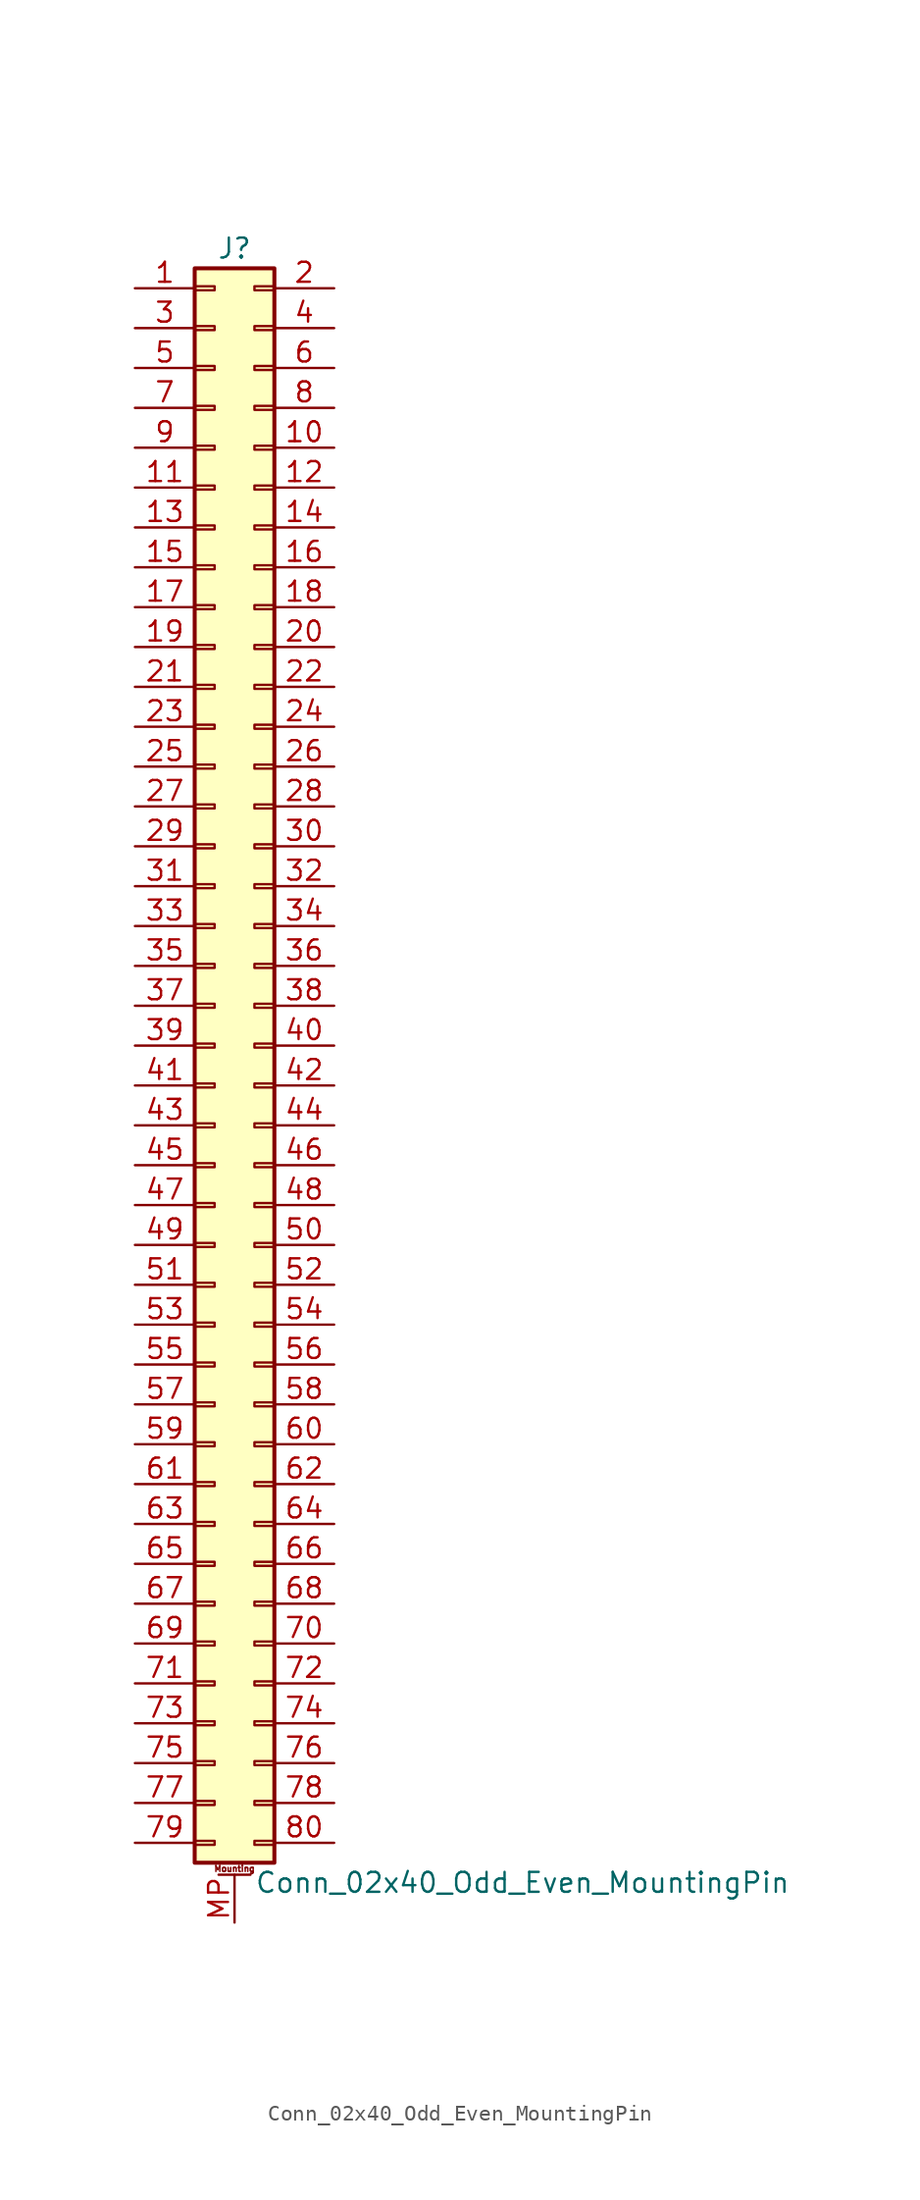
<source format=kicad_sym>
(kicad_symbol_lib
  (version 20201005)
  (generator kicad_symbol_editor)
  (symbol "Connector_Generic_MountingPin:Conn_02x40_Odd_Even_MountingPin"
    (pin_names
      (offset 1.016) hide)
    (property "Reference" "J"
      (at 1.27 50.8 0)
      (effects (font (size 1.27 1.27))))
    (property "Value" "Conn_02x40_Odd_Even_MountingPin"
      (at 2.54 -53.34 0)
      (effects (font (size 1.27 1.27)) (justify left)))
    (symbol "Conn_02x40_Odd_Even_MountingPin_1_1"
      (text "Mounting" (at 1.27 -52.451 0) (effects (font (size 0.381 0.381))))
      (rectangle (start -1.27 -27.813) (end 0 -28.067) (stroke (width 0.152)) (fill (type none)))
      (rectangle (start -1.27 -30.353) (end 0 -30.607) (stroke (width 0.152)) (fill (type none)))
      (rectangle (start -1.27 -32.893) (end 0 -33.147) (stroke (width 0.152)) (fill (type none)))
      (rectangle (start -1.27 -35.433) (end 0 -35.687) (stroke (width 0.152)) (fill (type none)))
      (rectangle (start -1.27 -37.973) (end 0 -38.227) (stroke (width 0.152)) (fill (type none)))
      (rectangle (start -1.27 -40.513) (end 0 -40.767) (stroke (width 0.152)) (fill (type none)))
      (rectangle (start -1.27 -43.053) (end 0 -43.307) (stroke (width 0.152)) (fill (type none)))
      (rectangle (start -1.27 -45.593) (end 0 -45.847) (stroke (width 0.152)) (fill (type none)))
      (rectangle (start -1.27 -48.133) (end 0 -48.387) (stroke (width 0.152)) (fill (type none)))
      (rectangle (start -1.27 -4.953) (end 0 -5.207) (stroke (width 0.152)) (fill (type none)))
      (rectangle (start -1.27 -50.673) (end 0 -50.927) (stroke (width 0.152)) (fill (type none)))
      (rectangle (start -1.27 -7.493) (end 0 -7.747) (stroke (width 0.152)) (fill (type none)))
      (rectangle (start -1.27 -10.033) (end 0 -10.287) (stroke (width 0.152)) (fill (type none)))
      (rectangle (start -1.27 -12.573) (end 0 -12.827) (stroke (width 0.152)) (fill (type none)))
      (rectangle (start -1.27 -15.113) (end 0 -15.367) (stroke (width 0.152)) (fill (type none)))
      (rectangle (start -1.27 -17.653) (end 0 -17.907) (stroke (width 0.152)) (fill (type none)))
      (rectangle (start -1.27 -20.193) (end 0 -20.447) (stroke (width 0.152)) (fill (type none)))
      (rectangle (start -1.27 -22.733) (end 0 -22.987) (stroke (width 0.152)) (fill (type none)))
      (rectangle (start -1.27 -2.413) (end 0 -2.667) (stroke (width 0.152)) (fill (type none)))
      (rectangle (start -1.27 -25.273) (end 0 -25.527) (stroke (width 0.152)) (fill (type none)))
      (rectangle (start -1.27 25.527) (end 0 25.273) (stroke (width 0.152)) (fill (type none)))
      (rectangle (start -1.27 2.667) (end 0 2.413) (stroke (width 0.152)) (fill (type none)))
      (rectangle (start -1.27 28.067) (end 0 27.813) (stroke (width 0.152)) (fill (type none)))
      (rectangle (start -1.27 30.607) (end 0 30.353) (stroke (width 0.152)) (fill (type none)))
      (rectangle (start -1.27 33.147) (end 0 32.893) (stroke (width 0.152)) (fill (type none)))
      (rectangle (start -1.27 35.687) (end 0 35.433) (stroke (width 0.152)) (fill (type none)))
      (rectangle (start -1.27 38.227) (end 0 37.973) (stroke (width 0.152)) (fill (type none)))
      (rectangle (start -1.27 40.767) (end 0 40.513) (stroke (width 0.152)) (fill (type none)))
      (rectangle (start -1.27 43.307) (end 0 43.053) (stroke (width 0.152)) (fill (type none)))
      (rectangle (start -1.27 45.847) (end 0 45.593) (stroke (width 0.152)) (fill (type none)))
      (rectangle (start -1.27 48.387) (end 0 48.133) (stroke (width 0.152)) (fill (type none)))
      (rectangle (start -1.27 49.53) (end 3.81 -52.07) (stroke (width 0.254)) (fill (type background)))
      (rectangle (start -1.27 5.207) (end 0 4.953) (stroke (width 0.152)) (fill (type none)))
      (rectangle (start -1.27 7.747) (end 0 7.493) (stroke (width 0.152)) (fill (type none)))
      (rectangle (start -1.27 10.287) (end 0 10.033) (stroke (width 0.152)) (fill (type none)))
      (rectangle (start -1.27 0.127) (end 0 -0.127) (stroke (width 0.152)) (fill (type none)))
      (rectangle (start -1.27 12.827) (end 0 12.573) (stroke (width 0.152)) (fill (type none)))
      (rectangle (start -1.27 15.367) (end 0 15.113) (stroke (width 0.152)) (fill (type none)))
      (rectangle (start -1.27 17.907) (end 0 17.653) (stroke (width 0.152)) (fill (type none)))
      (rectangle (start -1.27 20.447) (end 0 20.193) (stroke (width 0.152)) (fill (type none)))
      (rectangle (start -1.27 22.987) (end 0 22.733) (stroke (width 0.152)) (fill (type none)))
      (rectangle (start 3.81 -27.813) (end 2.54 -28.067) (stroke (width 0.152)) (fill (type none)))
      (rectangle (start 3.81 -30.353) (end 2.54 -30.607) (stroke (width 0.152)) (fill (type none)))
      (rectangle (start 3.81 -32.893) (end 2.54 -33.147) (stroke (width 0.152)) (fill (type none)))
      (rectangle (start 3.81 -35.433) (end 2.54 -35.687) (stroke (width 0.152)) (fill (type none)))
      (rectangle (start 3.81 -37.973) (end 2.54 -38.227) (stroke (width 0.152)) (fill (type none)))
      (rectangle (start 3.81 -40.513) (end 2.54 -40.767) (stroke (width 0.152)) (fill (type none)))
      (rectangle (start 3.81 -43.053) (end 2.54 -43.307) (stroke (width 0.152)) (fill (type none)))
      (rectangle (start 3.81 -45.593) (end 2.54 -45.847) (stroke (width 0.152)) (fill (type none)))
      (rectangle (start 3.81 -48.133) (end 2.54 -48.387) (stroke (width 0.152)) (fill (type none)))
      (rectangle (start 3.81 -4.953) (end 2.54 -5.207) (stroke (width 0.152)) (fill (type none)))
      (rectangle (start 3.81 -50.673) (end 2.54 -50.927) (stroke (width 0.152)) (fill (type none)))
      (rectangle (start 3.81 -7.493) (end 2.54 -7.747) (stroke (width 0.152)) (fill (type none)))
      (rectangle (start 3.81 -10.033) (end 2.54 -10.287) (stroke (width 0.152)) (fill (type none)))
      (rectangle (start 3.81 -12.573) (end 2.54 -12.827) (stroke (width 0.152)) (fill (type none)))
      (rectangle (start 3.81 -15.113) (end 2.54 -15.367) (stroke (width 0.152)) (fill (type none)))
      (rectangle (start 3.81 -17.653) (end 2.54 -17.907) (stroke (width 0.152)) (fill (type none)))
      (rectangle (start 3.81 -20.193) (end 2.54 -20.447) (stroke (width 0.152)) (fill (type none)))
      (rectangle (start 3.81 -22.733) (end 2.54 -22.987) (stroke (width 0.152)) (fill (type none)))
      (rectangle (start 3.81 -2.413) (end 2.54 -2.667) (stroke (width 0.152)) (fill (type none)))
      (rectangle (start 3.81 -25.273) (end 2.54 -25.527) (stroke (width 0.152)) (fill (type none)))
      (rectangle (start 3.81 25.527) (end 2.54 25.273) (stroke (width 0.152)) (fill (type none)))
      (rectangle (start 3.81 2.667) (end 2.54 2.413) (stroke (width 0.152)) (fill (type none)))
      (rectangle (start 3.81 28.067) (end 2.54 27.813) (stroke (width 0.152)) (fill (type none)))
      (rectangle (start 3.81 30.607) (end 2.54 30.353) (stroke (width 0.152)) (fill (type none)))
      (rectangle (start 3.81 33.147) (end 2.54 32.893) (stroke (width 0.152)) (fill (type none)))
      (rectangle (start 3.81 35.687) (end 2.54 35.433) (stroke (width 0.152)) (fill (type none)))
      (rectangle (start 3.81 38.227) (end 2.54 37.973) (stroke (width 0.152)) (fill (type none)))
      (rectangle (start 3.81 40.767) (end 2.54 40.513) (stroke (width 0.152)) (fill (type none)))
      (rectangle (start 3.81 43.307) (end 2.54 43.053) (stroke (width 0.152)) (fill (type none)))
      (rectangle (start 3.81 45.847) (end 2.54 45.593) (stroke (width 0.152)) (fill (type none)))
      (rectangle (start 3.81 48.387) (end 2.54 48.133) (stroke (width 0.152)) (fill (type none)))
      (rectangle (start 3.81 5.207) (end 2.54 4.953) (stroke (width 0.152)) (fill (type none)))
      (rectangle (start 3.81 7.747) (end 2.54 7.493) (stroke (width 0.152)) (fill (type none)))
      (rectangle (start 3.81 10.287) (end 2.54 10.033) (stroke (width 0.152)) (fill (type none)))
      (rectangle (start 3.81 0.127) (end 2.54 -0.127) (stroke (width 0.152)) (fill (type none)))
      (rectangle (start 3.81 12.827) (end 2.54 12.573) (stroke (width 0.152)) (fill (type none)))
      (rectangle (start 3.81 15.367) (end 2.54 15.113) (stroke (width 0.152)) (fill (type none)))
      (rectangle (start 3.81 17.907) (end 2.54 17.653) (stroke (width 0.152)) (fill (type none)))
      (rectangle (start 3.81 20.447) (end 2.54 20.193) (stroke (width 0.152)) (fill (type none)))
      (rectangle (start 3.81 22.987) (end 2.54 22.733) (stroke (width 0.152)) (fill (type none)))
      (polyline (pts (xy 0.254 -52.832) (xy 2.286 -52.832)) (stroke (width 0.152)) (fill (type none)))
      (pin passive line (at 1.27 -55.88 90) (length 3.048) (name "MountPin" (effects (font (size 1.27 1.27)))) (number "MP" (effects (font (size 1.27 1.27)))))
      (pin passive line (at -5.08 48.26 0) (length 3.81) (name "Pin_1" (effects (font (size 1.27 1.27)))) (number "1" (effects (font (size 1.27 1.27)))))
      (pin passive line (at 7.62 38.1 180) (length 3.81) (name "Pin_10" (effects (font (size 1.27 1.27)))) (number "10" (effects (font (size 1.27 1.27)))))
      (pin passive line (at -5.08 35.56 0) (length 3.81) (name "Pin_11" (effects (font (size 1.27 1.27)))) (number "11" (effects (font (size 1.27 1.27)))))
      (pin passive line (at 7.62 35.56 180) (length 3.81) (name "Pin_12" (effects (font (size 1.27 1.27)))) (number "12" (effects (font (size 1.27 1.27)))))
      (pin passive line (at -5.08 33.02 0) (length 3.81) (name "Pin_13" (effects (font (size 1.27 1.27)))) (number "13" (effects (font (size 1.27 1.27)))))
      (pin passive line (at 7.62 33.02 180) (length 3.81) (name "Pin_14" (effects (font (size 1.27 1.27)))) (number "14" (effects (font (size 1.27 1.27)))))
      (pin passive line (at -5.08 30.48 0) (length 3.81) (name "Pin_15" (effects (font (size 1.27 1.27)))) (number "15" (effects (font (size 1.27 1.27)))))
      (pin passive line (at 7.62 30.48 180) (length 3.81) (name "Pin_16" (effects (font (size 1.27 1.27)))) (number "16" (effects (font (size 1.27 1.27)))))
      (pin passive line (at -5.08 27.94 0) (length 3.81) (name "Pin_17" (effects (font (size 1.27 1.27)))) (number "17" (effects (font (size 1.27 1.27)))))
      (pin passive line (at 7.62 27.94 180) (length 3.81) (name "Pin_18" (effects (font (size 1.27 1.27)))) (number "18" (effects (font (size 1.27 1.27)))))
      (pin passive line (at -5.08 25.4 0) (length 3.81) (name "Pin_19" (effects (font (size 1.27 1.27)))) (number "19" (effects (font (size 1.27 1.27)))))
      (pin passive line (at 7.62 48.26 180) (length 3.81) (name "Pin_2" (effects (font (size 1.27 1.27)))) (number "2" (effects (font (size 1.27 1.27)))))
      (pin passive line (at 7.62 25.4 180) (length 3.81) (name "Pin_20" (effects (font (size 1.27 1.27)))) (number "20" (effects (font (size 1.27 1.27)))))
      (pin passive line (at -5.08 22.86 0) (length 3.81) (name "Pin_21" (effects (font (size 1.27 1.27)))) (number "21" (effects (font (size 1.27 1.27)))))
      (pin passive line (at 7.62 22.86 180) (length 3.81) (name "Pin_22" (effects (font (size 1.27 1.27)))) (number "22" (effects (font (size 1.27 1.27)))))
      (pin passive line (at -5.08 20.32 0) (length 3.81) (name "Pin_23" (effects (font (size 1.27 1.27)))) (number "23" (effects (font (size 1.27 1.27)))))
      (pin passive line (at 7.62 20.32 180) (length 3.81) (name "Pin_24" (effects (font (size 1.27 1.27)))) (number "24" (effects (font (size 1.27 1.27)))))
      (pin passive line (at -5.08 17.78 0) (length 3.81) (name "Pin_25" (effects (font (size 1.27 1.27)))) (number "25" (effects (font (size 1.27 1.27)))))
      (pin passive line (at 7.62 17.78 180) (length 3.81) (name "Pin_26" (effects (font (size 1.27 1.27)))) (number "26" (effects (font (size 1.27 1.27)))))
      (pin passive line (at -5.08 15.24 0) (length 3.81) (name "Pin_27" (effects (font (size 1.27 1.27)))) (number "27" (effects (font (size 1.27 1.27)))))
      (pin passive line (at 7.62 15.24 180) (length 3.81) (name "Pin_28" (effects (font (size 1.27 1.27)))) (number "28" (effects (font (size 1.27 1.27)))))
      (pin passive line (at -5.08 12.7 0) (length 3.81) (name "Pin_29" (effects (font (size 1.27 1.27)))) (number "29" (effects (font (size 1.27 1.27)))))
      (pin passive line (at -5.08 45.72 0) (length 3.81) (name "Pin_3" (effects (font (size 1.27 1.27)))) (number "3" (effects (font (size 1.27 1.27)))))
      (pin passive line (at 7.62 12.7 180) (length 3.81) (name "Pin_30" (effects (font (size 1.27 1.27)))) (number "30" (effects (font (size 1.27 1.27)))))
      (pin passive line (at -5.08 10.16 0) (length 3.81) (name "Pin_31" (effects (font (size 1.27 1.27)))) (number "31" (effects (font (size 1.27 1.27)))))
      (pin passive line (at 7.62 10.16 180) (length 3.81) (name "Pin_32" (effects (font (size 1.27 1.27)))) (number "32" (effects (font (size 1.27 1.27)))))
      (pin passive line (at -5.08 7.62 0) (length 3.81) (name "Pin_33" (effects (font (size 1.27 1.27)))) (number "33" (effects (font (size 1.27 1.27)))))
      (pin passive line (at 7.62 7.62 180) (length 3.81) (name "Pin_34" (effects (font (size 1.27 1.27)))) (number "34" (effects (font (size 1.27 1.27)))))
      (pin passive line (at -5.08 5.08 0) (length 3.81) (name "Pin_35" (effects (font (size 1.27 1.27)))) (number "35" (effects (font (size 1.27 1.27)))))
      (pin passive line (at 7.62 5.08 180) (length 3.81) (name "Pin_36" (effects (font (size 1.27 1.27)))) (number "36" (effects (font (size 1.27 1.27)))))
      (pin passive line (at -5.08 2.54 0) (length 3.81) (name "Pin_37" (effects (font (size 1.27 1.27)))) (number "37" (effects (font (size 1.27 1.27)))))
      (pin passive line (at 7.62 2.54 180) (length 3.81) (name "Pin_38" (effects (font (size 1.27 1.27)))) (number "38" (effects (font (size 1.27 1.27)))))
      (pin passive line (at -5.08 0 0) (length 3.81) (name "Pin_39" (effects (font (size 1.27 1.27)))) (number "39" (effects (font (size 1.27 1.27)))))
      (pin passive line (at 7.62 45.72 180) (length 3.81) (name "Pin_4" (effects (font (size 1.27 1.27)))) (number "4" (effects (font (size 1.27 1.27)))))
      (pin passive line (at 7.62 0 180) (length 3.81) (name "Pin_40" (effects (font (size 1.27 1.27)))) (number "40" (effects (font (size 1.27 1.27)))))
      (pin passive line (at -5.08 -2.54 0) (length 3.81) (name "Pin_41" (effects (font (size 1.27 1.27)))) (number "41" (effects (font (size 1.27 1.27)))))
      (pin passive line (at 7.62 -2.54 180) (length 3.81) (name "Pin_42" (effects (font (size 1.27 1.27)))) (number "42" (effects (font (size 1.27 1.27)))))
      (pin passive line (at -5.08 -5.08 0) (length 3.81) (name "Pin_43" (effects (font (size 1.27 1.27)))) (number "43" (effects (font (size 1.27 1.27)))))
      (pin passive line (at 7.62 -5.08 180) (length 3.81) (name "Pin_44" (effects (font (size 1.27 1.27)))) (number "44" (effects (font (size 1.27 1.27)))))
      (pin passive line (at -5.08 -7.62 0) (length 3.81) (name "Pin_45" (effects (font (size 1.27 1.27)))) (number "45" (effects (font (size 1.27 1.27)))))
      (pin passive line (at 7.62 -7.62 180) (length 3.81) (name "Pin_46" (effects (font (size 1.27 1.27)))) (number "46" (effects (font (size 1.27 1.27)))))
      (pin passive line (at -5.08 -10.16 0) (length 3.81) (name "Pin_47" (effects (font (size 1.27 1.27)))) (number "47" (effects (font (size 1.27 1.27)))))
      (pin passive line (at 7.62 -10.16 180) (length 3.81) (name "Pin_48" (effects (font (size 1.27 1.27)))) (number "48" (effects (font (size 1.27 1.27)))))
      (pin passive line (at -5.08 -12.7 0) (length 3.81) (name "Pin_49" (effects (font (size 1.27 1.27)))) (number "49" (effects (font (size 1.27 1.27)))))
      (pin passive line (at -5.08 43.18 0) (length 3.81) (name "Pin_5" (effects (font (size 1.27 1.27)))) (number "5" (effects (font (size 1.27 1.27)))))
      (pin passive line (at 7.62 -12.7 180) (length 3.81) (name "Pin_50" (effects (font (size 1.27 1.27)))) (number "50" (effects (font (size 1.27 1.27)))))
      (pin passive line (at -5.08 -15.24 0) (length 3.81) (name "Pin_51" (effects (font (size 1.27 1.27)))) (number "51" (effects (font (size 1.27 1.27)))))
      (pin passive line (at 7.62 -15.24 180) (length 3.81) (name "Pin_52" (effects (font (size 1.27 1.27)))) (number "52" (effects (font (size 1.27 1.27)))))
      (pin passive line (at -5.08 -17.78 0) (length 3.81) (name "Pin_53" (effects (font (size 1.27 1.27)))) (number "53" (effects (font (size 1.27 1.27)))))
      (pin passive line (at 7.62 -17.78 180) (length 3.81) (name "Pin_54" (effects (font (size 1.27 1.27)))) (number "54" (effects (font (size 1.27 1.27)))))
      (pin passive line (at -5.08 -20.32 0) (length 3.81) (name "Pin_55" (effects (font (size 1.27 1.27)))) (number "55" (effects (font (size 1.27 1.27)))))
      (pin passive line (at 7.62 -20.32 180) (length 3.81) (name "Pin_56" (effects (font (size 1.27 1.27)))) (number "56" (effects (font (size 1.27 1.27)))))
      (pin passive line (at -5.08 -22.86 0) (length 3.81) (name "Pin_57" (effects (font (size 1.27 1.27)))) (number "57" (effects (font (size 1.27 1.27)))))
      (pin passive line (at 7.62 -22.86 180) (length 3.81) (name "Pin_58" (effects (font (size 1.27 1.27)))) (number "58" (effects (font (size 1.27 1.27)))))
      (pin passive line (at -5.08 -25.4 0) (length 3.81) (name "Pin_59" (effects (font (size 1.27 1.27)))) (number "59" (effects (font (size 1.27 1.27)))))
      (pin passive line (at 7.62 43.18 180) (length 3.81) (name "Pin_6" (effects (font (size 1.27 1.27)))) (number "6" (effects (font (size 1.27 1.27)))))
      (pin passive line (at 7.62 -25.4 180) (length 3.81) (name "Pin_60" (effects (font (size 1.27 1.27)))) (number "60" (effects (font (size 1.27 1.27)))))
      (pin passive line (at -5.08 -27.94 0) (length 3.81) (name "Pin_61" (effects (font (size 1.27 1.27)))) (number "61" (effects (font (size 1.27 1.27)))))
      (pin passive line (at 7.62 -27.94 180) (length 3.81) (name "Pin_62" (effects (font (size 1.27 1.27)))) (number "62" (effects (font (size 1.27 1.27)))))
      (pin passive line (at -5.08 -30.48 0) (length 3.81) (name "Pin_63" (effects (font (size 1.27 1.27)))) (number "63" (effects (font (size 1.27 1.27)))))
      (pin passive line (at 7.62 -30.48 180) (length 3.81) (name "Pin_64" (effects (font (size 1.27 1.27)))) (number "64" (effects (font (size 1.27 1.27)))))
      (pin passive line (at -5.08 -33.02 0) (length 3.81) (name "Pin_65" (effects (font (size 1.27 1.27)))) (number "65" (effects (font (size 1.27 1.27)))))
      (pin passive line (at 7.62 -33.02 180) (length 3.81) (name "Pin_66" (effects (font (size 1.27 1.27)))) (number "66" (effects (font (size 1.27 1.27)))))
      (pin passive line (at -5.08 -35.56 0) (length 3.81) (name "Pin_67" (effects (font (size 1.27 1.27)))) (number "67" (effects (font (size 1.27 1.27)))))
      (pin passive line (at 7.62 -35.56 180) (length 3.81) (name "Pin_68" (effects (font (size 1.27 1.27)))) (number "68" (effects (font (size 1.27 1.27)))))
      (pin passive line (at -5.08 -38.1 0) (length 3.81) (name "Pin_69" (effects (font (size 1.27 1.27)))) (number "69" (effects (font (size 1.27 1.27)))))
      (pin passive line (at -5.08 40.64 0) (length 3.81) (name "Pin_7" (effects (font (size 1.27 1.27)))) (number "7" (effects (font (size 1.27 1.27)))))
      (pin passive line (at 7.62 -38.1 180) (length 3.81) (name "Pin_70" (effects (font (size 1.27 1.27)))) (number "70" (effects (font (size 1.27 1.27)))))
      (pin passive line (at -5.08 -40.64 0) (length 3.81) (name "Pin_71" (effects (font (size 1.27 1.27)))) (number "71" (effects (font (size 1.27 1.27)))))
      (pin passive line (at 7.62 -40.64 180) (length 3.81) (name "Pin_72" (effects (font (size 1.27 1.27)))) (number "72" (effects (font (size 1.27 1.27)))))
      (pin passive line (at -5.08 -43.18 0) (length 3.81) (name "Pin_73" (effects (font (size 1.27 1.27)))) (number "73" (effects (font (size 1.27 1.27)))))
      (pin passive line (at 7.62 -43.18 180) (length 3.81) (name "Pin_74" (effects (font (size 1.27 1.27)))) (number "74" (effects (font (size 1.27 1.27)))))
      (pin passive line (at -5.08 -45.72 0) (length 3.81) (name "Pin_75" (effects (font (size 1.27 1.27)))) (number "75" (effects (font (size 1.27 1.27)))))
      (pin passive line (at 7.62 -45.72 180) (length 3.81) (name "Pin_76" (effects (font (size 1.27 1.27)))) (number "76" (effects (font (size 1.27 1.27)))))
      (pin passive line (at -5.08 -48.26 0) (length 3.81) (name "Pin_77" (effects (font (size 1.27 1.27)))) (number "77" (effects (font (size 1.27 1.27)))))
      (pin passive line (at 7.62 -48.26 180) (length 3.81) (name "Pin_78" (effects (font (size 1.27 1.27)))) (number "78" (effects (font (size 1.27 1.27)))))
      (pin passive line (at -5.08 -50.8 0) (length 3.81) (name "Pin_79" (effects (font (size 1.27 1.27)))) (number "79" (effects (font (size 1.27 1.27)))))
      (pin passive line (at 7.62 40.64 180) (length 3.81) (name "Pin_8" (effects (font (size 1.27 1.27)))) (number "8" (effects (font (size 1.27 1.27)))))
      (pin passive line (at 7.62 -50.8 180) (length 3.81) (name "Pin_80" (effects (font (size 1.27 1.27)))) (number "80" (effects (font (size 1.27 1.27)))))
      (pin passive line (at -5.08 38.1 0) (length 3.81) (name "Pin_9" (effects (font (size 1.27 1.27)))) (number "9" (effects (font (size 1.27 1.27))))))))
</source>
